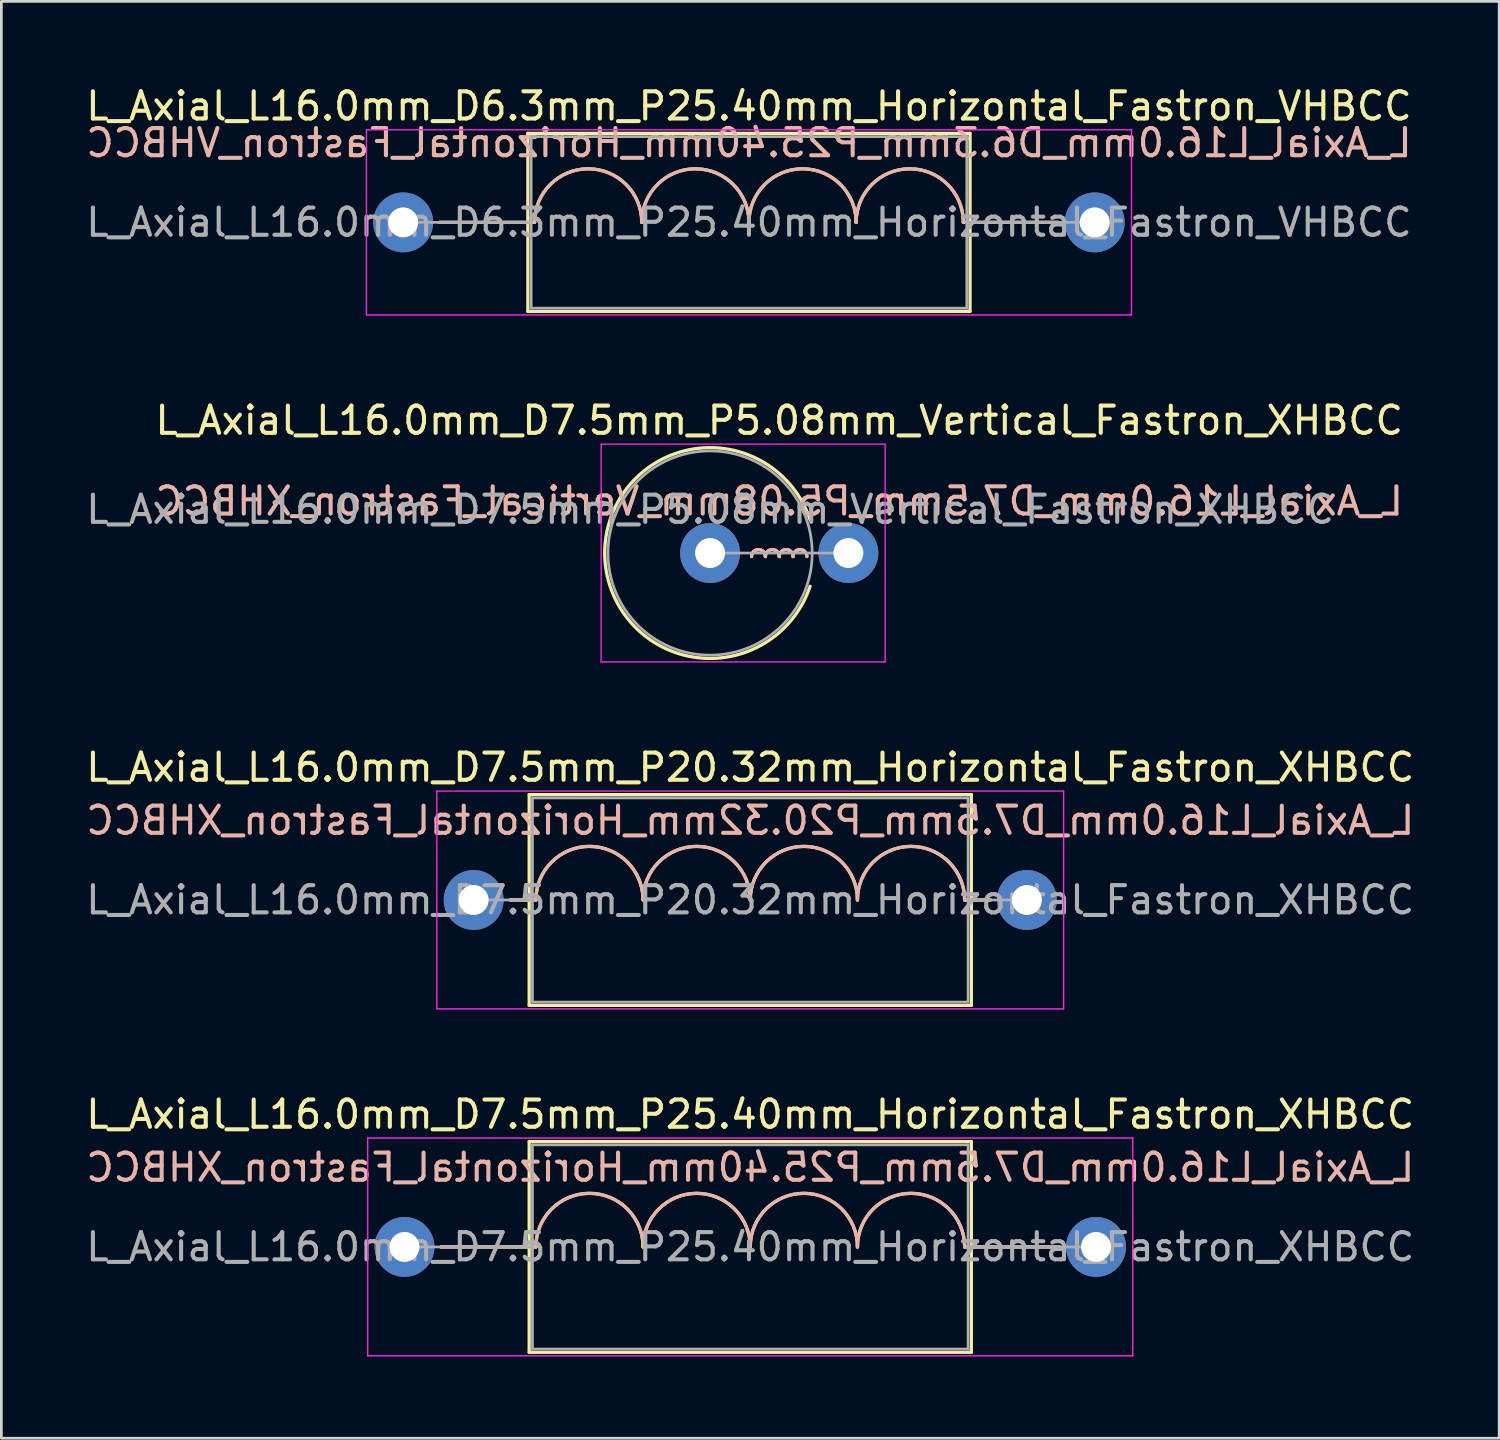
<source format=kicad_pcb>
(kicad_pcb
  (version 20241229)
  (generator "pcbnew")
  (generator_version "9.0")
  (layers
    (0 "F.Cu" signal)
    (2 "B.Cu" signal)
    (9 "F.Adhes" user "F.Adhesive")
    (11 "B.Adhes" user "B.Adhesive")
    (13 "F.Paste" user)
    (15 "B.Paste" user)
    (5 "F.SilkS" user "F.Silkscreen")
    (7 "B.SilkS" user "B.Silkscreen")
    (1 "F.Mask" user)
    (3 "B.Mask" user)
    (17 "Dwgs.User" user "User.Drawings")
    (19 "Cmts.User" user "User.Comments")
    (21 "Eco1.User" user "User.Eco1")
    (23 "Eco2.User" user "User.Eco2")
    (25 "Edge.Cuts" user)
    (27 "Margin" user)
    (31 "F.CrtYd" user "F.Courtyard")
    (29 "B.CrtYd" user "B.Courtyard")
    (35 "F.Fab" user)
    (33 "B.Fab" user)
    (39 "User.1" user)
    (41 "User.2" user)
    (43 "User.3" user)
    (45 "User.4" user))
  (footprint "L_Axial_L16.0mm_D7.5mm_P25.40mm_Horizontal_Fastron_XHBCC"
    (layer "F.Cu")
    (at 11.806 42.748)
    (property "Reference" "L_Axial_L16.0mm_D7.5mm_P25.40mm_Horizontal_Fastron_XHBCC" (at 12.7 -4.87 0) (layer "F.SilkS") (effects (font (size 1 1) (thickness 0.15))))
    (fp_line (start 1.34 0) (end 4.58 0) (stroke (width 0.12) (type solid)) (layer "F.SilkS"))
    (fp_line (start 4.58 -3.87) (end 4.58 3.87) (stroke (width 0.12) (type solid)) (layer "F.SilkS"))
    (fp_line (start 4.58 3.87) (end 20.82 3.87) (stroke (width 0.12) (type solid)) (layer "F.SilkS"))
    (fp_line (start 4.826 0) (end 4.58 0) (stroke (width 0.12) (type solid)) (layer "F.SilkS"))
    (fp_line (start 20.574 0) (end 20.828 0) (stroke (width 0.12) (type solid)) (layer "F.SilkS"))
    (fp_line (start 20.82 -3.87) (end 4.58 -3.87) (stroke (width 0.12) (type solid)) (layer "F.SilkS"))
    (fp_line (start 20.82 3.87) (end 20.82 -3.87) (stroke (width 0.12) (type solid)) (layer "F.SilkS"))
    (fp_line (start 24.06 0) (end 20.82 0) (stroke (width 0.12) (type solid)) (layer "F.SilkS"))
    (fp_arc (start 4.826 0) (mid 6.7945 -1.9685) (end 8.763 0) (stroke (width 0.12) (type solid)) (layer "F.SilkS"))
    (fp_arc (start 8.763 0) (mid 10.7315 -1.9685) (end 12.7 0) (stroke (width 0.12) (type solid)) (layer "F.SilkS"))
    (fp_arc (start 12.7 0) (mid 14.6685 -1.9685) (end 16.637 0) (stroke (width 0.12) (type solid)) (layer "F.SilkS"))
    (fp_arc (start 16.637 0) (mid 18.6055 -1.9685) (end 20.574 0) (stroke (width 0.12) (type solid)) (layer "F.SilkS"))
    (fp_line (start 1.34 0) (end 4.58 0) (stroke (width 0.12) (type solid)) (layer "B.SilkS"))
    (fp_line (start 4.826 0) (end 4.572 0) (stroke (width 0.12) (type solid)) (layer "B.SilkS"))
    (fp_line (start 20.574 0) (end 20.82 0) (stroke (width 0.12) (type solid)) (layer "B.SilkS"))
    (fp_line (start 24.06 0) (end 20.82 0) (stroke (width 0.12) (type solid)) (layer "B.SilkS"))
    (fp_arc (start 4.826 0) (mid 6.7945 -1.9685) (end 8.763 0) (stroke (width 0.12) (type solid)) (layer "B.SilkS"))
    (fp_arc (start 8.763 0) (mid 10.7315 -1.9685) (end 12.7 0) (stroke (width 0.12) (type solid)) (layer "B.SilkS"))
    (fp_arc (start 12.7 0) (mid 14.6685 -1.9685) (end 16.637 0) (stroke (width 0.12) (type solid)) (layer "B.SilkS"))
    (fp_arc (start 16.637 0) (mid 18.6055 -1.9685) (end 20.574 0) (stroke (width 0.12) (type solid)) (layer "B.SilkS"))
    (fp_line (start -1.35 -4) (end -1.35 4) (stroke (width 0.05) (type solid)) (layer "F.CrtYd"))
    (fp_line (start -1.35 4) (end 26.75 4) (stroke (width 0.05) (type solid)) (layer "F.CrtYd"))
    (fp_line (start 26.75 -4) (end -1.35 -4) (stroke (width 0.05) (type solid)) (layer "F.CrtYd"))
    (fp_line (start 26.75 4) (end 26.75 -4) (stroke (width 0.05) (type solid)) (layer "F.CrtYd"))
    (fp_line (start 0 0) (end 4.7 0) (stroke (width 0.1) (type solid)) (layer "F.Fab"))
    (fp_line (start 4.7 -3.75) (end 4.7 3.75) (stroke (width 0.1) (type solid)) (layer "F.Fab"))
    (fp_line (start 4.7 3.75) (end 20.7 3.75) (stroke (width 0.1) (type solid)) (layer "F.Fab"))
    (fp_line (start 20.7 -3.75) (end 4.7 -3.75) (stroke (width 0.1) (type solid)) (layer "F.Fab"))
    (fp_line (start 20.7 3.75) (end 20.7 -3.75) (stroke (width 0.1) (type solid)) (layer "F.Fab"))
    (fp_line (start 25.4 0) (end 20.7 0) (stroke (width 0.1) (type solid)) (layer "F.Fab"))
    (fp_text user "${REFERENCE}" (at 12.7 -2.921 0) (layer "B.SilkS") (effects (font (size 1 1) (thickness 0.15)) (justify mirror)))
    (fp_text user "${REFERENCE}" (at 12.7 0 0) (layer "F.Fab") (effects (font (size 1 1) (thickness 0.15))))
    (pad "1" thru_hole circle (at 0 0) (size 2.2 2.2) (drill 1.1) (layers "*.Cu" "*.Mask"))
    (pad "2" thru_hole oval (at 25.4 0) (size 2.2 2.2) (drill 1.1) (layers "*.Cu" "*.Mask")))
  (footprint "L_Axial_L16.0mm_D7.5mm_P5.08mm_Vertical_Fastron_XHBCC"
    (layer "F.Cu")
    (at 23.03 17.262)
    (property "Reference" "L_Axial_L16.0mm_D7.5mm_P5.08mm_Vertical_Fastron_XHBCC" (at 2.54 -4.87 0) (layer "F.SilkS") (effects (font (size 1 1) (thickness 0.15))))
    (fp_arc (start 1.524 0.127) (mid 1.778 -0.127) (end 2.032 0.127) (stroke (width 0.12) (type solid)) (layer "F.SilkS"))
    (fp_arc (start 2.032 0.127) (mid 2.286 -0.127) (end 2.54 0.127) (stroke (width 0.12) (type solid)) (layer "F.SilkS"))
    (fp_arc (start 2.54 0.127) (mid 2.794 -0.127) (end 3.048 0.127) (stroke (width 0.12) (type solid)) (layer "F.SilkS"))
    (fp_arc (start 3.048 0.127) (mid 3.302 -0.127) (end 3.556 0.127) (stroke (width 0.12) (type solid)) (layer "F.SilkS"))
    (fp_arc (start 3.672669 1.22) (mid -3.87 0) (end 3.672669 -1.22) (stroke (width 0.12) (type solid)) (layer "F.SilkS"))
    (fp_arc (start 1.524 0.127) (mid 1.778 -0.127) (end 2.032 0.127) (stroke (width 0.12) (type solid)) (layer "B.SilkS"))
    (fp_arc (start 2.032 0.127) (mid 2.286 -0.127) (end 2.54 0.127) (stroke (width 0.12) (type solid)) (layer "B.SilkS"))
    (fp_arc (start 2.54 0.127) (mid 2.794 -0.127) (end 3.048 0.127) (stroke (width 0.12) (type solid)) (layer "B.SilkS"))
    (fp_arc (start 3.048 0.127) (mid 3.302 -0.127) (end 3.556 0.127) (stroke (width 0.12) (type solid)) (layer "B.SilkS"))
    (fp_line (start -4 -4) (end -4 4) (stroke (width 0.05) (type solid)) (layer "F.CrtYd"))
    (fp_line (start -4 4) (end 6.43 4) (stroke (width 0.05) (type solid)) (layer "F.CrtYd"))
    (fp_line (start 6.43 -4) (end -4 -4) (stroke (width 0.05) (type solid)) (layer "F.CrtYd"))
    (fp_line (start 6.43 4) (end 6.43 -4) (stroke (width 0.05) (type solid)) (layer "F.CrtYd"))
    (fp_line (start 0 0) (end 5.08 0) (stroke (width 0.1) (type solid)) (layer "F.Fab"))
    (fp_circle (center 0 0) (end 3.75 0) (stroke (width 0.1) (type solid)) (fill no) (layer "F.Fab"))
    (fp_text user "${REFERENCE}" (at 2.54 -1.905 0) (layer "B.SilkS") (effects (font (size 1 1) (thickness 0.15)) (justify mirror)))
    (fp_text user "${REFERENCE}" (at 0 -1.6 0) (layer "F.Fab") (effects (font (size 1 1) (thickness 0.15))))
    (pad "1" thru_hole circle (at 0 0) (size 2.2 2.2) (drill 1.1) (layers "*.Cu" "*.Mask"))
    (pad "2" thru_hole oval (at 5.08 0) (size 2.2 2.2) (drill 1.1) (layers "*.Cu" "*.Mask")))
  (footprint "L_Axial_L16.0mm_D7.5mm_P20.32mm_Horizontal_Fastron_XHBCC"
    (layer "F.Cu")
    (at 14.346 30.005)
    (property "Reference" "L_Axial_L16.0mm_D7.5mm_P20.32mm_Horizontal_Fastron_XHBCC" (at 10.16 -4.87 0) (layer "F.SilkS") (effects (font (size 1 1) (thickness 0.15))))
    (fp_line (start 1.34 0) (end 2.04 0) (stroke (width 0.12) (type solid)) (layer "F.SilkS"))
    (fp_line (start 2.04 -3.87) (end 2.04 3.87) (stroke (width 0.12) (type solid)) (layer "F.SilkS"))
    (fp_line (start 2.04 3.87) (end 18.28 3.87) (stroke (width 0.12) (type solid)) (layer "F.SilkS"))
    (fp_line (start 2.286 0) (end 2.04 0) (stroke (width 0.12) (type solid)) (layer "F.SilkS"))
    (fp_line (start 18.034 0) (end 18.288 0) (stroke (width 0.12) (type solid)) (layer "F.SilkS"))
    (fp_line (start 18.28 -3.87) (end 2.04 -3.87) (stroke (width 0.12) (type solid)) (layer "F.SilkS"))
    (fp_line (start 18.28 3.87) (end 18.28 -3.87) (stroke (width 0.12) (type solid)) (layer "F.SilkS"))
    (fp_line (start 18.98 0) (end 18.28 0) (stroke (width 0.12) (type solid)) (layer "F.SilkS"))
    (fp_arc (start 2.286 0) (mid 4.2545 -1.9685) (end 6.223 0) (stroke (width 0.12) (type solid)) (layer "F.SilkS"))
    (fp_arc (start 6.223 0) (mid 8.1915 -1.9685) (end 10.16 0) (stroke (width 0.12) (type solid)) (layer "F.SilkS"))
    (fp_arc (start 10.16 0) (mid 12.1285 -1.9685) (end 14.097 0) (stroke (width 0.12) (type solid)) (layer "F.SilkS"))
    (fp_arc (start 14.097 0) (mid 16.0655 -1.9685) (end 18.034 0) (stroke (width 0.12) (type solid)) (layer "F.SilkS"))
    (fp_line (start 1.34 0) (end 2.04 0) (stroke (width 0.12) (type solid)) (layer "B.SilkS"))
    (fp_line (start 2.286 0) (end 2.032 0) (stroke (width 0.12) (type solid)) (layer "B.SilkS"))
    (fp_line (start 18.034 0) (end 18.28 0) (stroke (width 0.12) (type solid)) (layer "B.SilkS"))
    (fp_line (start 18.98 0) (end 18.28 0) (stroke (width 0.12) (type solid)) (layer "B.SilkS"))
    (fp_arc (start 2.286 0) (mid 4.2545 -1.9685) (end 6.223 0) (stroke (width 0.12) (type solid)) (layer "B.SilkS"))
    (fp_arc (start 6.223 0) (mid 8.1915 -1.9685) (end 10.16 0) (stroke (width 0.12) (type solid)) (layer "B.SilkS"))
    (fp_arc (start 10.16 0) (mid 12.1285 -1.9685) (end 14.097 0) (stroke (width 0.12) (type solid)) (layer "B.SilkS"))
    (fp_arc (start 14.097 0) (mid 16.0655 -1.9685) (end 18.034 0) (stroke (width 0.12) (type solid)) (layer "B.SilkS"))
    (fp_line (start -1.35 -4) (end -1.35 4) (stroke (width 0.05) (type solid)) (layer "F.CrtYd"))
    (fp_line (start -1.35 4) (end 21.67 4) (stroke (width 0.05) (type solid)) (layer "F.CrtYd"))
    (fp_line (start 21.67 -4) (end -1.35 -4) (stroke (width 0.05) (type solid)) (layer "F.CrtYd"))
    (fp_line (start 21.67 4) (end 21.67 -4) (stroke (width 0.05) (type solid)) (layer "F.CrtYd"))
    (fp_line (start 0 0) (end 2.16 0) (stroke (width 0.1) (type solid)) (layer "F.Fab"))
    (fp_line (start 2.16 -3.75) (end 2.16 3.75) (stroke (width 0.1) (type solid)) (layer "F.Fab"))
    (fp_line (start 2.16 3.75) (end 18.16 3.75) (stroke (width 0.1) (type solid)) (layer "F.Fab"))
    (fp_line (start 18.16 -3.75) (end 2.16 -3.75) (stroke (width 0.1) (type solid)) (layer "F.Fab"))
    (fp_line (start 18.16 3.75) (end 18.16 -3.75) (stroke (width 0.1) (type solid)) (layer "F.Fab"))
    (fp_line (start 20.32 0) (end 18.16 0) (stroke (width 0.1) (type solid)) (layer "F.Fab"))
    (fp_text user "${REFERENCE}" (at 10.16 -2.921 0) (layer "B.SilkS") (effects (font (size 1 1) (thickness 0.15)) (justify mirror)))
    (fp_text user "${REFERENCE}" (at 10.16 0 0) (layer "F.Fab") (effects (font (size 1 1) (thickness 0.15))))
    (pad "1" thru_hole circle (at 0 0) (size 2.2 2.2) (drill 1.1) (layers "*.Cu" "*.Mask"))
    (pad "2" thru_hole oval (at 20.32 0) (size 2.2 2.2) (drill 1.1) (layers "*.Cu" "*.Mask")))
  (footprint "L_Axial_L16.0mm_D6.3mm_P25.40mm_Horizontal_Fastron_VHBCC"
    (layer "F.Cu")
    (at 11.758 5.118)
    (property "Reference" "L_Axial_L16.0mm_D6.3mm_P25.40mm_Horizontal_Fastron_VHBCC" (at 12.7 -4.27 0) (layer "F.SilkS") (effects (font (size 1 1) (thickness 0.15))))
    (fp_line (start 1.34 0) (end 4.58 0) (stroke (width 0.12) (type solid)) (layer "F.SilkS"))
    (fp_line (start 4.58 -3.27) (end 4.58 3.27) (stroke (width 0.12) (type solid)) (layer "F.SilkS"))
    (fp_line (start 4.58 3.27) (end 20.82 3.27) (stroke (width 0.12) (type solid)) (layer "F.SilkS"))
    (fp_line (start 4.826 0) (end 4.58 0) (stroke (width 0.12) (type solid)) (layer "F.SilkS"))
    (fp_line (start 20.574 0) (end 20.828 0) (stroke (width 0.12) (type solid)) (layer "F.SilkS"))
    (fp_line (start 20.82 -3.27) (end 4.58 -3.27) (stroke (width 0.12) (type solid)) (layer "F.SilkS"))
    (fp_line (start 20.82 3.27) (end 20.82 -3.27) (stroke (width 0.12) (type solid)) (layer "F.SilkS"))
    (fp_line (start 24.06 0) (end 20.82 0) (stroke (width 0.12) (type solid)) (layer "F.SilkS"))
    (fp_arc (start 4.826 0) (mid 6.7945 -1.9685) (end 8.763 0) (stroke (width 0.12) (type solid)) (layer "F.SilkS"))
    (fp_arc (start 8.763 0) (mid 10.7315 -1.9685) (end 12.7 0) (stroke (width 0.12) (type solid)) (layer "F.SilkS"))
    (fp_arc (start 12.7 0) (mid 14.6685 -1.9685) (end 16.637 0) (stroke (width 0.12) (type solid)) (layer "F.SilkS"))
    (fp_arc (start 16.637 0) (mid 18.6055 -1.9685) (end 20.574 0) (stroke (width 0.12) (type solid)) (layer "F.SilkS"))
    (fp_line (start 1.34 0) (end 4.58 0) (stroke (width 0.12) (type solid)) (layer "B.SilkS"))
    (fp_line (start 4.826 0) (end 4.572 0) (stroke (width 0.12) (type solid)) (layer "B.SilkS"))
    (fp_line (start 20.574 0) (end 20.82 0) (stroke (width 0.12) (type solid)) (layer "B.SilkS"))
    (fp_line (start 24.06 0) (end 20.82 0) (stroke (width 0.12) (type solid)) (layer "B.SilkS"))
    (fp_arc (start 4.826 0) (mid 6.7945 -1.9685) (end 8.763 0) (stroke (width 0.12) (type solid)) (layer "B.SilkS"))
    (fp_arc (start 8.763 0) (mid 10.7315 -1.9685) (end 12.7 0) (stroke (width 0.12) (type solid)) (layer "B.SilkS"))
    (fp_arc (start 12.7 0) (mid 14.6685 -1.9685) (end 16.637 0) (stroke (width 0.12) (type solid)) (layer "B.SilkS"))
    (fp_arc (start 16.637 0) (mid 18.6055 -1.9685) (end 20.574 0) (stroke (width 0.12) (type solid)) (layer "B.SilkS"))
    (fp_line (start -1.35 -3.4) (end -1.35 3.4) (stroke (width 0.05) (type solid)) (layer "F.CrtYd"))
    (fp_line (start -1.35 3.4) (end 26.75 3.4) (stroke (width 0.05) (type solid)) (layer "F.CrtYd"))
    (fp_line (start 26.75 -3.4) (end -1.35 -3.4) (stroke (width 0.05) (type solid)) (layer "F.CrtYd"))
    (fp_line (start 26.75 3.4) (end 26.75 -3.4) (stroke (width 0.05) (type solid)) (layer "F.CrtYd"))
    (fp_line (start 0 0) (end 4.7 0) (stroke (width 0.1) (type solid)) (layer "F.Fab"))
    (fp_line (start 4.7 -3.15) (end 4.7 3.15) (stroke (width 0.1) (type solid)) (layer "F.Fab"))
    (fp_line (start 4.7 3.15) (end 20.7 3.15) (stroke (width 0.1) (type solid)) (layer "F.Fab"))
    (fp_line (start 20.7 -3.15) (end 4.7 -3.15) (stroke (width 0.1) (type solid)) (layer "F.Fab"))
    (fp_line (start 20.7 3.15) (end 20.7 -3.15) (stroke (width 0.1) (type solid)) (layer "F.Fab"))
    (fp_line (start 25.4 0) (end 20.7 0) (stroke (width 0.1) (type solid)) (layer "F.Fab"))
    (fp_text user "${REFERENCE}" (at 12.7 -2.921 0) (layer "B.SilkS") (effects (font (size 1 1) (thickness 0.15)) (justify mirror)))
    (fp_text user "${REFERENCE}" (at 12.7 0 0) (layer "F.Fab") (effects (font (size 1 1) (thickness 0.15))))
    (pad "1" thru_hole circle (at 0 0) (size 2.2 2.2) (drill 1.1) (layers "*.Cu" "*.Mask"))
    (pad "2" thru_hole oval (at 25.4 0) (size 2.2 2.2) (drill 1.1) (layers "*.Cu" "*.Mask")))
  (gr_rect
    (start -3 -3)
    (end 52.012 49.773)
    (stroke (width 0.1) (type default))
    (fill no)
    (layer "Edge.Cuts")))
</source>
